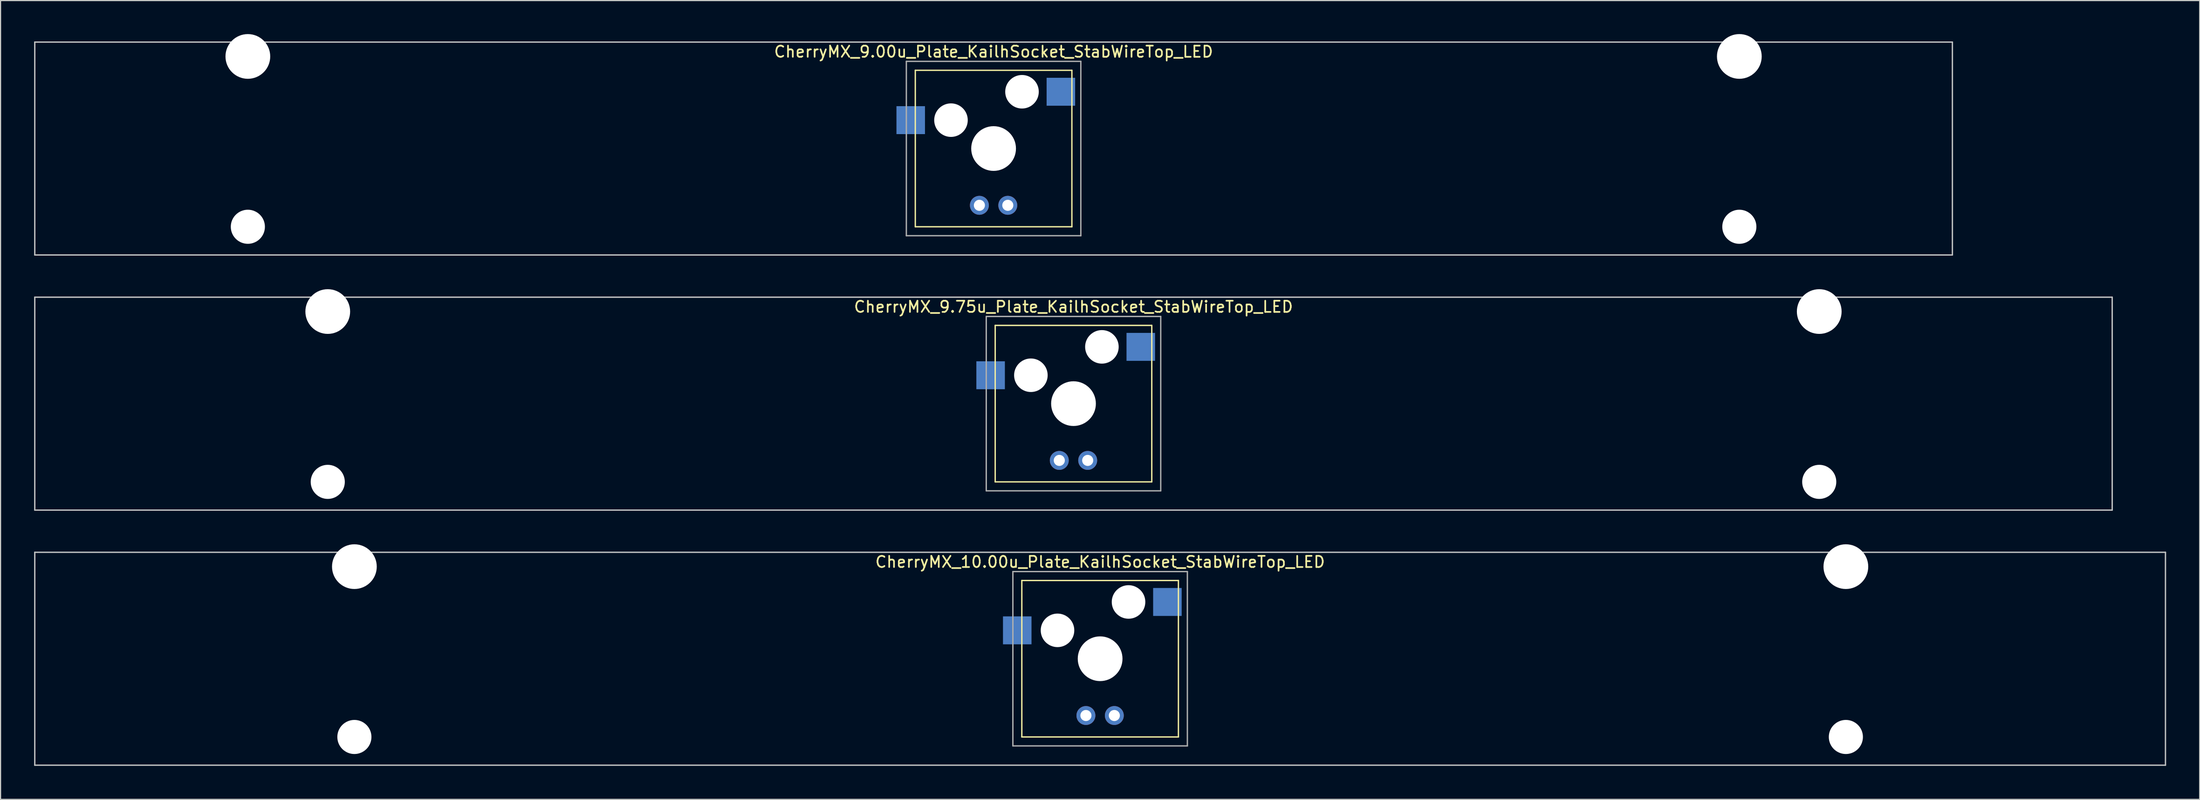
<source format=kicad_pcb>
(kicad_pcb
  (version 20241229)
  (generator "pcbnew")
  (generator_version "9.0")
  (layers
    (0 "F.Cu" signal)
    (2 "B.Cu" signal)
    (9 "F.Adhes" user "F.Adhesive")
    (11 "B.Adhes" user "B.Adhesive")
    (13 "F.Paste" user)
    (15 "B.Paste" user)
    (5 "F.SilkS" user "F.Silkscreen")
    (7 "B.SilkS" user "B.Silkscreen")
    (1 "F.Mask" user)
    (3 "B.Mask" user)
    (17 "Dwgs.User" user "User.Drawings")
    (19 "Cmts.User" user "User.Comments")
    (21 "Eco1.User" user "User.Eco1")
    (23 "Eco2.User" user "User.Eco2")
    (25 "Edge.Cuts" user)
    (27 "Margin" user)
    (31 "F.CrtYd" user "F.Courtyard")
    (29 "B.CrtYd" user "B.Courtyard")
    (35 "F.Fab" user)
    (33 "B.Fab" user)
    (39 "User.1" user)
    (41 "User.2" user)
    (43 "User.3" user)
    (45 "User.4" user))
  (footprint "CherryMX_10.00u_Plate_KailhSocket_StabWireTop_LED"
    (layer "F.Cu")
    (at 95.31 55.89)
    (property "Reference" "CherryMX_10.00u_Plate_KailhSocket_StabWireTop_LED" (at 0 -8.662 0) (layer "F.SilkS") (effects (font (size 1 1) (thickness 0.15))))
    (attr through_hole)
    (fp_line (start -7 -7) (end -7 7) (stroke (width 0.12) (type solid)) (layer "F.SilkS"))
    (fp_line (start -7 -7) (end 7 -7) (stroke (width 0.12) (type solid)) (layer "F.SilkS"))
    (fp_line (start 7 -7) (end 7 7) (stroke (width 0.12) (type solid)) (layer "F.SilkS"))
    (fp_line (start 7 7) (end -7 7) (stroke (width 0.12) (type solid)) (layer "F.SilkS"))
    (fp_line (start -95.25 -9.525) (end 95.25 -9.525) (stroke (width 0.12) (type solid)) (layer "Dwgs.User"))
    (fp_line (start -95.25 9.525) (end -95.25 -9.525) (stroke (width 0.12) (type solid)) (layer "Dwgs.User"))
    (fp_line (start 95.25 -9.525) (end 95.25 9.525) (stroke (width 0.12) (type solid)) (layer "Dwgs.User"))
    (fp_line (start 95.25 9.525) (end -95.25 9.525) (stroke (width 0.12) (type solid)) (layer "Dwgs.User"))
    (fp_line (start -7.8 -7.8) (end -7.8 7.8) (stroke (width 0.12) (type solid)) (layer "F.Fab"))
    (fp_line (start -7.8 -7.8) (end 7.8 -7.8) (stroke (width 0.12) (type solid)) (layer "F.Fab"))
    (fp_line (start -7.8 7.8) (end 7.8 7.8) (stroke (width 0.12) (type solid)) (layer "F.Fab"))
    (fp_line (start 7.8 -7.8) (end 7.8 7.8) (stroke (width 0.12) (type solid)) (layer "F.Fab"))
    (pad "" np_thru_hole circle (at -66.675 -8.24) (size 4 4) (drill 4) (layers "*.Cu" "*.Mask"))
    (pad "" np_thru_hole circle (at -66.675 7) (size 3.05 3.05) (drill 3.05) (layers "*.Cu" "*.Mask"))
    (pad "" np_thru_hole circle (at -3.81 -2.54) (size 3 3) (drill 3) (layers "*.Cu" "*.Mask"))
    (pad "" np_thru_hole circle (at 0 0) (size 4 4) (drill 4) (layers "*.Cu" "*.Mask"))
    (pad "" np_thru_hole circle (at 2.54 -5.08) (size 3 3) (drill 3) (layers "*.Cu" "*.Mask"))
    (pad "" np_thru_hole circle (at 66.675 -8.24) (size 4 4) (drill 4) (layers "*.Cu" "*.Mask"))
    (pad "" np_thru_hole circle (at 66.675 7) (size 3.05 3.05) (drill 3.05) (layers "*.Cu" "*.Mask"))
    (pad "1" smd rect (at -7.41 -2.54) (size 2.55 2.5) (layers "B.Cu" "B.Mask" "B.Paste"))
    (pad "2" smd rect (at 6.015 -5.08) (size 2.55 2.5) (layers "B.Cu" "B.Mask" "B.Paste"))
    (pad "3" thru_hole circle (at -1.27 5.08) (size 1.691 1.691) (drill 0.991) (layers "*.Cu" "*.Mask"))
    (pad "4" thru_hole circle (at 1.27 5.08) (size 1.691 1.691) (drill 0.991) (layers "*.Cu" "*.Mask")))
  (footprint "CherryMX_9.75u_Plate_KailhSocket_StabWireTop_LED"
    (layer "F.Cu")
    (at 92.929 33.065)
    (property "Reference" "CherryMX_9.75u_Plate_KailhSocket_StabWireTop_LED" (at 0 -8.662 0) (layer "F.SilkS") (effects (font (size 1 1) (thickness 0.15))))
    (attr through_hole)
    (fp_line (start -7 -7) (end -7 7) (stroke (width 0.12) (type solid)) (layer "F.SilkS"))
    (fp_line (start -7 -7) (end 7 -7) (stroke (width 0.12) (type solid)) (layer "F.SilkS"))
    (fp_line (start 7 -7) (end 7 7) (stroke (width 0.12) (type solid)) (layer "F.SilkS"))
    (fp_line (start 7 7) (end -7 7) (stroke (width 0.12) (type solid)) (layer "F.SilkS"))
    (fp_line (start -92.869 -9.525) (end 92.869 -9.525) (stroke (width 0.12) (type solid)) (layer "Dwgs.User"))
    (fp_line (start -92.869 9.525) (end -92.869 -9.525) (stroke (width 0.12) (type solid)) (layer "Dwgs.User"))
    (fp_line (start 92.869 -9.525) (end 92.869 9.525) (stroke (width 0.12) (type solid)) (layer "Dwgs.User"))
    (fp_line (start 92.869 9.525) (end -92.869 9.525) (stroke (width 0.12) (type solid)) (layer "Dwgs.User"))
    (fp_line (start -7.8 -7.8) (end -7.8 7.8) (stroke (width 0.12) (type solid)) (layer "F.Fab"))
    (fp_line (start -7.8 -7.8) (end 7.8 -7.8) (stroke (width 0.12) (type solid)) (layer "F.Fab"))
    (fp_line (start -7.8 7.8) (end 7.8 7.8) (stroke (width 0.12) (type solid)) (layer "F.Fab"))
    (fp_line (start 7.8 -7.8) (end 7.8 7.8) (stroke (width 0.12) (type solid)) (layer "F.Fab"))
    (pad "" np_thru_hole circle (at -66.675 -8.24) (size 4 4) (drill 4) (layers "*.Cu" "*.Mask"))
    (pad "" np_thru_hole circle (at -66.675 7) (size 3.05 3.05) (drill 3.05) (layers "*.Cu" "*.Mask"))
    (pad "" np_thru_hole circle (at -3.81 -2.54) (size 3 3) (drill 3) (layers "*.Cu" "*.Mask"))
    (pad "" np_thru_hole circle (at 0 0) (size 4 4) (drill 4) (layers "*.Cu" "*.Mask"))
    (pad "" np_thru_hole circle (at 2.54 -5.08) (size 3 3) (drill 3) (layers "*.Cu" "*.Mask"))
    (pad "" np_thru_hole circle (at 66.675 -8.24) (size 4 4) (drill 4) (layers "*.Cu" "*.Mask"))
    (pad "" np_thru_hole circle (at 66.675 7) (size 3.05 3.05) (drill 3.05) (layers "*.Cu" "*.Mask"))
    (pad "1" smd rect (at -7.41 -2.54) (size 2.55 2.5) (layers "B.Cu" "B.Mask" "B.Paste"))
    (pad "2" smd rect (at 6.015 -5.08) (size 2.55 2.5) (layers "B.Cu" "B.Mask" "B.Paste"))
    (pad "3" thru_hole circle (at -1.27 5.08) (size 1.691 1.691) (drill 0.991) (layers "*.Cu" "*.Mask"))
    (pad "4" thru_hole circle (at 1.27 5.08) (size 1.691 1.691) (drill 0.991) (layers "*.Cu" "*.Mask")))
  (footprint "CherryMX_9.00u_Plate_KailhSocket_StabWireTop_LED"
    (layer "F.Cu")
    (at 85.785 10.24)
    (property "Reference" "CherryMX_9.00u_Plate_KailhSocket_StabWireTop_LED" (at 0 -8.662 0) (layer "F.SilkS") (effects (font (size 1 1) (thickness 0.15))))
    (attr through_hole)
    (fp_line (start -7 -7) (end -7 7) (stroke (width 0.12) (type solid)) (layer "F.SilkS"))
    (fp_line (start -7 -7) (end 7 -7) (stroke (width 0.12) (type solid)) (layer "F.SilkS"))
    (fp_line (start 7 -7) (end 7 7) (stroke (width 0.12) (type solid)) (layer "F.SilkS"))
    (fp_line (start 7 7) (end -7 7) (stroke (width 0.12) (type solid)) (layer "F.SilkS"))
    (fp_line (start -85.725 -9.525) (end 85.725 -9.525) (stroke (width 0.12) (type solid)) (layer "Dwgs.User"))
    (fp_line (start -85.725 9.525) (end -85.725 -9.525) (stroke (width 0.12) (type solid)) (layer "Dwgs.User"))
    (fp_line (start 85.725 -9.525) (end 85.725 9.525) (stroke (width 0.12) (type solid)) (layer "Dwgs.User"))
    (fp_line (start 85.725 9.525) (end -85.725 9.525) (stroke (width 0.12) (type solid)) (layer "Dwgs.User"))
    (fp_line (start -7.8 -7.8) (end -7.8 7.8) (stroke (width 0.12) (type solid)) (layer "F.Fab"))
    (fp_line (start -7.8 -7.8) (end 7.8 -7.8) (stroke (width 0.12) (type solid)) (layer "F.Fab"))
    (fp_line (start -7.8 7.8) (end 7.8 7.8) (stroke (width 0.12) (type solid)) (layer "F.Fab"))
    (fp_line (start 7.8 -7.8) (end 7.8 7.8) (stroke (width 0.12) (type solid)) (layer "F.Fab"))
    (pad "" np_thru_hole circle (at -66.675 -8.24) (size 4 4) (drill 4) (layers "*.Cu" "*.Mask"))
    (pad "" np_thru_hole circle (at -66.675 7) (size 3.05 3.05) (drill 3.05) (layers "*.Cu" "*.Mask"))
    (pad "" np_thru_hole circle (at -3.81 -2.54) (size 3 3) (drill 3) (layers "*.Cu" "*.Mask"))
    (pad "" np_thru_hole circle (at 0 0) (size 4 4) (drill 4) (layers "*.Cu" "*.Mask"))
    (pad "" np_thru_hole circle (at 2.54 -5.08) (size 3 3) (drill 3) (layers "*.Cu" "*.Mask"))
    (pad "" np_thru_hole circle (at 66.675 -8.24) (size 4 4) (drill 4) (layers "*.Cu" "*.Mask"))
    (pad "" np_thru_hole circle (at 66.675 7) (size 3.05 3.05) (drill 3.05) (layers "*.Cu" "*.Mask"))
    (pad "1" smd rect (at -7.41 -2.54) (size 2.55 2.5) (layers "B.Cu" "B.Mask" "B.Paste"))
    (pad "2" smd rect (at 6.015 -5.08) (size 2.55 2.5) (layers "B.Cu" "B.Mask" "B.Paste"))
    (pad "3" thru_hole circle (at -1.27 5.08) (size 1.691 1.691) (drill 0.991) (layers "*.Cu" "*.Mask"))
    (pad "4" thru_hole circle (at 1.27 5.08) (size 1.691 1.691) (drill 0.991) (layers "*.Cu" "*.Mask")))
  (gr_rect
    (start -3 -3)
    (end 193.62 68.475)
    (stroke (width 0.1) (type default))
    (fill no)
    (layer "Edge.Cuts")))
</source>
